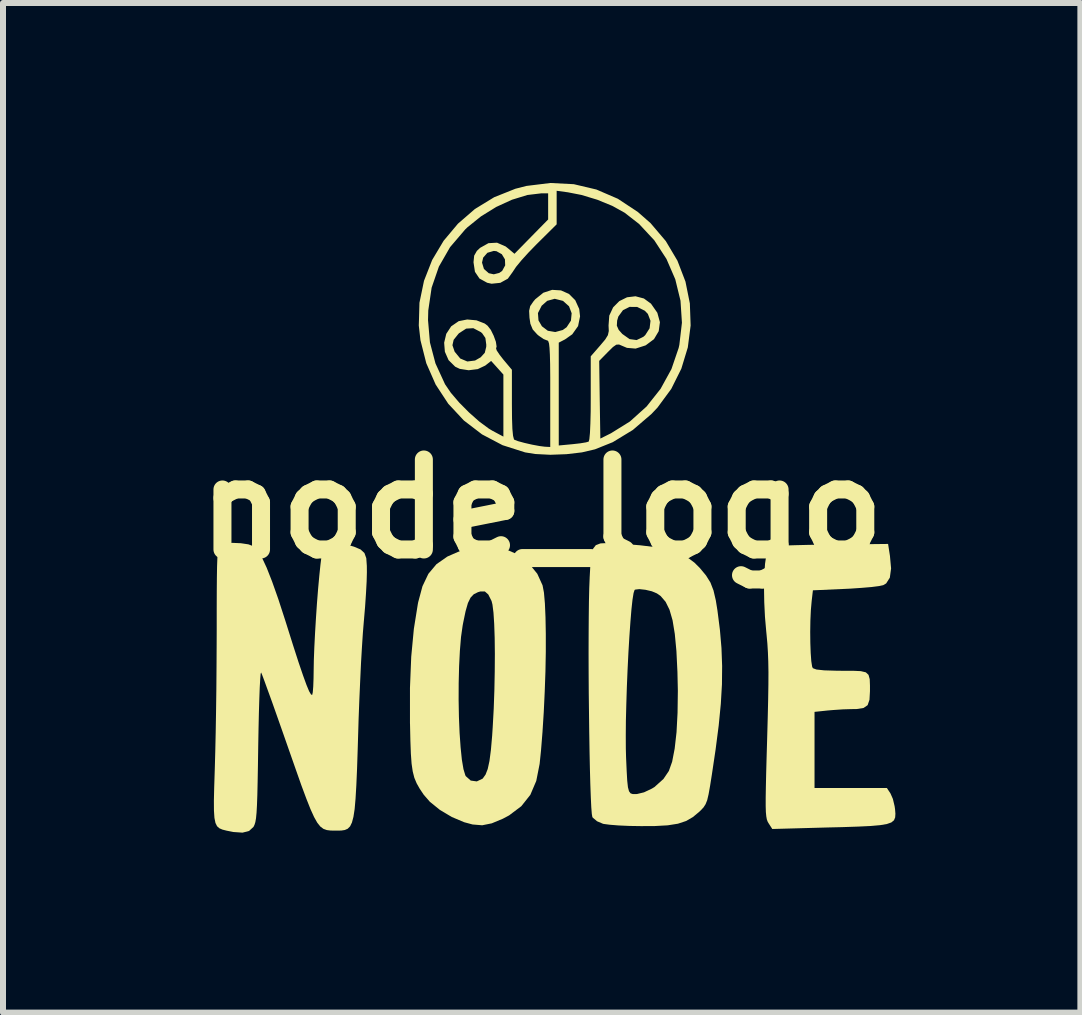
<source format=kicad_pcb>
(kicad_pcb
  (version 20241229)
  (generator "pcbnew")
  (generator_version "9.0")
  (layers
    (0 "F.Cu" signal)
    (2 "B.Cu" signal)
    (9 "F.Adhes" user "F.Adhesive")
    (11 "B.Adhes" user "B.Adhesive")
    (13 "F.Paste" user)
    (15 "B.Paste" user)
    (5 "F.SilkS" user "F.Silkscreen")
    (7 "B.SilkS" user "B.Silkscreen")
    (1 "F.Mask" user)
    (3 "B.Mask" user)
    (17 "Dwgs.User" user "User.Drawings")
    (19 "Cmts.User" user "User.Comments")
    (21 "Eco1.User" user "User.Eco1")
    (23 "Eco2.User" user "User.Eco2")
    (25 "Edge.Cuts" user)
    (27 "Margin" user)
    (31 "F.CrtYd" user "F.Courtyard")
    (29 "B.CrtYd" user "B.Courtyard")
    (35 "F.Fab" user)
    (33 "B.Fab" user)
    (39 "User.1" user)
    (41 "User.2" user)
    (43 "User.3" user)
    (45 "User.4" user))
  (footprint "node_logo"
    (layer "F.Cu")
    (at 5.979 5.43)
    (property "Reference" "node_logo" (at 0 0 0) (layer "F.SilkS") (effects (font (size 1.5 1.5) (thickness 0.3))))
    (attr board_only exclude_from_pos_files exclude_from_bom)
    (fp_poly (pts (xy 5.804 0.785) (xy 5.823 0.995) (xy 5.802 1.148) (xy 5.741 1.244) (xy 5.692 1.273) (xy 5.623 1.288) (xy 5.498 1.304) (xy 5.333 1.318) (xy 5.143 1.331) (xy 5.058 1.335) (xy 4.52 1.359) (xy 4.499 1.541) (xy 4.486 1.688) (xy 4.478 1.862) (xy 4.475 2.05) (xy 4.477 2.235) (xy 4.483 2.403) (xy 4.493 2.54) (xy 4.507 2.63) (xy 4.519 2.657) (xy 4.579 2.679) (xy 4.709 2.693) (xy 4.909 2.699) (xy 4.994 2.7) (xy 5.186 2.7) (xy 5.318 2.706) (xy 5.402 2.726) (xy 5.447 2.768) (xy 5.467 2.84) (xy 5.471 2.949) (xy 5.471 3.039) (xy 5.463 3.183) (xy 5.432 3.273) (xy 5.364 3.32) (xy 5.246 3.338) (xy 5.159 3.339) (xy 5.021 3.343) (xy 4.859 3.354) (xy 4.765 3.362) (xy 4.547 3.385) (xy 4.547 4.019) (xy 4.547 4.654) (xy 5.15 4.654) (xy 5.753 4.654) (xy 5.813 4.745) (xy 5.853 4.836) (xy 5.882 4.958) (xy 5.889 5.007) (xy 5.895 5.083) (xy 5.891 5.144) (xy 5.871 5.192) (xy 5.827 5.228) (xy 5.753 5.254) (xy 5.641 5.273) (xy 5.484 5.287) (xy 5.274 5.297) (xy 5.006 5.306) (xy 4.79 5.311) (xy 3.843 5.337) (xy 3.781 5.241) (xy 3.765 5.213) (xy 3.752 5.177) (xy 3.743 5.127) (xy 3.736 5.055) (xy 3.733 4.954) (xy 3.733 4.817) (xy 3.736 4.637) (xy 3.741 4.406) (xy 3.749 4.116) (xy 3.757 3.843) (xy 3.767 3.482) (xy 3.774 3.181) (xy 3.778 2.932) (xy 3.779 2.724) (xy 3.776 2.547) (xy 3.77 2.391) (xy 3.761 2.246) (xy 3.748 2.103) (xy 3.742 2.042) (xy 3.721 1.802) (xy 3.709 1.557) (xy 3.705 1.319) (xy 3.71 1.101) (xy 3.722 0.918) (xy 3.742 0.781) (xy 3.764 0.713) (xy 3.828 0.647) (xy 3.882 0.623) (xy 3.938 0.618) (xy 4.055 0.612) (xy 4.222 0.607) (xy 4.428 0.602) (xy 4.663 0.598) (xy 4.867 0.596) (xy 5.773 0.586)) (stroke (width 0) (type solid)) (fill yes) (layer "F.SilkS"))
    (fp_poly (pts (xy -0.806 0.621) (xy -0.625 0.664) (xy -0.41 0.757) (xy -0.221 0.902) (xy -0.074 1.083) (xy 0.014 1.276) (xy 0.037 1.396) (xy 0.053 1.577) (xy 0.063 1.809) (xy 0.068 2.082) (xy 0.068 2.387) (xy 0.062 2.712) (xy 0.05 3.049) (xy 0.034 3.388) (xy 0.013 3.719) (xy -0.012 4.031) (xy -0.035 4.253) (xy -0.091 4.536) (xy -0.19 4.768) (xy -0.34 4.957) (xy -0.543 5.11) (xy -0.648 5.166) (xy -0.833 5.243) (xy -0.992 5.275) (xy -1.152 5.262) (xy -1.293 5.224) (xy -1.499 5.137) (xy -1.697 5.019) (xy -1.864 4.884) (xy -1.966 4.767) (xy -2.033 4.667) (xy -2.084 4.577) (xy -2.123 4.484) (xy -2.15 4.378) (xy -2.169 4.248) (xy -2.181 4.081) (xy -2.189 3.866) (xy -2.195 3.593) (xy -2.196 3.572) (xy -2.196 3.186) (xy -1.385 3.186) (xy -1.38 3.467) (xy -1.369 3.734) (xy -1.352 3.976) (xy -1.331 4.182) (xy -1.304 4.341) (xy -1.273 4.443) (xy -1.265 4.457) (xy -1.183 4.53) (xy -1.082 4.544) (xy -0.987 4.499) (xy -0.981 4.493) (xy -0.936 4.43) (xy -0.9 4.337) (xy -0.871 4.204) (xy -0.847 4.021) (xy -0.826 3.781) (xy -0.817 3.641) (xy -0.8 3.332) (xy -0.789 3.02) (xy -0.783 2.712) (xy -0.781 2.42) (xy -0.784 2.153) (xy -0.792 1.92) (xy -0.804 1.732) (xy -0.821 1.597) (xy -0.836 1.537) (xy -0.891 1.428) (xy -0.948 1.378) (xy -1.022 1.378) (xy -1.063 1.39) (xy -1.132 1.424) (xy -1.186 1.481) (xy -1.23 1.571) (xy -1.269 1.707) (xy -1.309 1.899) (xy -1.318 1.947) (xy -1.345 2.137) (xy -1.364 2.367) (xy -1.377 2.625) (xy -1.384 2.902) (xy -1.385 3.186) (xy -2.196 3.186) (xy -2.196 2.988) (xy -2.175 2.466) (xy -2.131 2.001) (xy -2.065 1.588) (xy -2.059 1.557) (xy -1.988 1.292) (xy -1.889 1.084) (xy -1.754 0.923) (xy -1.572 0.796) (xy -1.334 0.692) (xy -1.322 0.688) (xy -1.131 0.63) (xy -0.969 0.608)) (stroke (width 0) (type solid)) (fill yes) (layer "F.SilkS"))
    (fp_poly (pts (xy 1.253 0.579) (xy 1.313 0.583) (xy 1.637 0.608) (xy 1.9 0.64) (xy 2.112 0.682) (xy 2.284 0.737) (xy 2.425 0.808) (xy 2.546 0.898) (xy 2.638 0.99) (xy 2.739 1.112) (xy 2.812 1.229) (xy 2.863 1.361) (xy 2.902 1.528) (xy 2.929 1.696) (xy 2.97 2.018) (xy 2.996 2.321) (xy 3.007 2.62) (xy 3.004 2.926) (xy 2.985 3.252) (xy 2.95 3.61) (xy 2.898 4.013) (xy 2.837 4.423) (xy 2.806 4.619) (xy 2.781 4.759) (xy 2.758 4.857) (xy 2.731 4.924) (xy 2.697 4.977) (xy 2.65 5.027) (xy 2.627 5.049) (xy 2.52 5.138) (xy 2.406 5.204) (xy 2.27 5.249) (xy 2.1 5.276) (xy 1.883 5.288) (xy 1.654 5.289) (xy 1.461 5.286) (xy 1.281 5.278) (xy 1.133 5.266) (xy 1.034 5.253) (xy 1.021 5.25) (xy 0.922 5.208) (xy 0.852 5.149) (xy 0.844 5.138) (xy 0.835 5.087) (xy 0.826 4.973) (xy 0.818 4.803) (xy 0.81 4.586) (xy 0.803 4.33) (xy 0.797 4.041) (xy 0.793 3.78) (xy 1.401 3.78) (xy 1.402 4.001) (xy 1.406 4.148) (xy 1.416 4.37) (xy 1.425 4.531) (xy 1.437 4.641) (xy 1.455 4.708) (xy 1.481 4.743) (xy 1.518 4.755) (xy 1.57 4.755) (xy 1.589 4.754) (xy 1.705 4.726) (xy 1.836 4.664) (xy 1.88 4.637) (xy 2.029 4.503) (xy 2.119 4.37) (xy 2.174 4.215) (xy 2.216 3.997) (xy 2.247 3.723) (xy 2.264 3.4) (xy 2.269 3.033) (xy 2.262 2.718) (xy 2.245 2.37) (xy 2.218 2.086) (xy 2.181 1.859) (xy 2.13 1.683) (xy 2.065 1.551) (xy 1.983 1.455) (xy 1.919 1.41) (xy 1.835 1.375) (xy 1.728 1.35) (xy 1.627 1.339) (xy 1.558 1.347) (xy 1.548 1.353) (xy 1.531 1.404) (xy 1.513 1.516) (xy 1.495 1.681) (xy 1.478 1.889) (xy 1.461 2.131) (xy 1.445 2.398) (xy 1.431 2.68) (xy 1.419 2.969) (xy 1.41 3.255) (xy 1.403 3.528) (xy 1.401 3.78) (xy 0.793 3.78) (xy 0.792 3.729) (xy 0.788 3.402) (xy 0.784 3.066) (xy 0.782 2.73) (xy 0.781 2.402) (xy 0.782 2.09) (xy 0.784 1.801) (xy 0.787 1.544) (xy 0.792 1.326) (xy 0.799 1.155) (xy 0.799 1.149) (xy 0.811 0.931) (xy 0.827 0.774) (xy 0.854 0.669) (xy 0.902 0.606) (xy 0.979 0.577) (xy 1.093 0.571)) (stroke (width 0) (type solid)) (fill yes) (layer "F.SilkS"))
    (fp_poly (pts (xy -3.345 0.569) (xy -3.294 0.583) (xy -3.128 0.632) (xy -3.019 0.678) (xy -2.955 0.737) (xy -2.924 0.823) (xy -2.915 0.951) (xy -2.914 1.058) (xy -2.918 1.21) (xy -2.929 1.41) (xy -2.944 1.633) (xy -2.963 1.856) (xy -2.967 1.901) (xy -2.981 2.073) (xy -2.996 2.302) (xy -3.012 2.573) (xy -3.026 2.874) (xy -3.04 3.189) (xy -3.052 3.504) (xy -3.055 3.606) (xy -3.067 4.004) (xy -3.078 4.337) (xy -3.09 4.611) (xy -3.103 4.831) (xy -3.118 5.004) (xy -3.138 5.134) (xy -3.163 5.229) (xy -3.194 5.293) (xy -3.234 5.333) (xy -3.282 5.354) (xy -3.341 5.363) (xy -3.412 5.364) (xy -3.444 5.364) (xy -3.519 5.363) (xy -3.582 5.355) (xy -3.638 5.335) (xy -3.69 5.296) (xy -3.741 5.232) (xy -3.794 5.138) (xy -3.854 5.006) (xy -3.923 4.832) (xy -4.006 4.609) (xy -4.104 4.331) (xy -4.223 3.992) (xy -4.224 3.989) (xy -4.322 3.709) (xy -4.414 3.448) (xy -4.496 3.216) (xy -4.567 3.021) (xy -4.622 2.869) (xy -4.66 2.768) (xy -4.677 2.728) (xy -4.685 2.751) (xy -4.692 2.838) (xy -4.7 2.981) (xy -4.707 3.172) (xy -4.714 3.403) (xy -4.72 3.668) (xy -4.725 3.945) (xy -4.73 4.282) (xy -4.735 4.555) (xy -4.74 4.772) (xy -4.746 4.94) (xy -4.753 5.066) (xy -4.762 5.158) (xy -4.773 5.222) (xy -4.787 5.267) (xy -4.803 5.3) (xy -4.806 5.304) (xy -4.878 5.37) (xy -4.987 5.398) (xy -5.143 5.387) (xy -5.256 5.364) (xy -5.322 5.347) (xy -5.373 5.325) (xy -5.411 5.291) (xy -5.438 5.236) (xy -5.455 5.152) (xy -5.463 5.031) (xy -5.464 4.865) (xy -5.459 4.646) (xy -5.45 4.366) (xy -5.448 4.298) (xy -5.441 4.042) (xy -5.434 3.731) (xy -5.428 3.38) (xy -5.423 3.007) (xy -5.42 2.627) (xy -5.418 2.256) (xy -5.417 2.015) (xy -5.417 1.66) (xy -5.416 1.37) (xy -5.414 1.138) (xy -5.411 0.957) (xy -5.406 0.822) (xy -5.399 0.726) (xy -5.39 0.662) (xy -5.38 0.624) (xy -5.366 0.605) (xy -5.364 0.603) (xy -5.28 0.577) (xy -5.155 0.568) (xy -5.015 0.574) (xy -4.888 0.593) (xy -4.801 0.626) (xy -4.799 0.627) (xy -4.735 0.694) (xy -4.664 0.811) (xy -4.584 0.983) (xy -4.494 1.212) (xy -4.391 1.503) (xy -4.275 1.86) (xy -4.251 1.936) (xy -4.143 2.279) (xy -4.053 2.558) (xy -3.979 2.775) (xy -3.921 2.935) (xy -3.877 3.041) (xy -3.845 3.095) (xy -3.826 3.103) (xy -3.816 3.06) (xy -3.808 2.961) (xy -3.803 2.822) (xy -3.801 2.688) (xy -3.798 2.518) (xy -3.79 2.309) (xy -3.778 2.074) (xy -3.763 1.825) (xy -3.746 1.574) (xy -3.727 1.334) (xy -3.707 1.116) (xy -3.688 0.933) (xy -3.671 0.797) (xy -3.655 0.722) (xy -3.613 0.617) (xy -3.557 0.56) (xy -3.473 0.546)) (stroke (width 0) (type solid)) (fill yes) (layer "F.SilkS"))
    (fp_poly (pts (xy 0.535 -5.41) (xy 0.912 -5.321) (xy 1.269 -5.167) (xy 1.602 -4.947) (xy 1.814 -4.761) (xy 2.068 -4.462) (xy 2.262 -4.135) (xy 2.396 -3.786) (xy 2.469 -3.423) (xy 2.482 -3.055) (xy 2.435 -2.69) (xy 2.327 -2.335) (xy 2.159 -1.998) (xy 1.93 -1.687) (xy 1.83 -1.581) (xy 1.519 -1.314) (xy 1.184 -1.11) (xy 0.888 -0.991) (xy 0.67 -0.94) (xy 0.412 -0.91) (xy 0.143 -0.9) (xy -0.109 -0.913) (xy -0.277 -0.94) (xy -0.653 -1.06) (xy -0.995 -1.24) (xy -1.298 -1.472) (xy -1.558 -1.751) (xy -1.768 -2.071) (xy -1.924 -2.426) (xy -2.021 -2.809) (xy -2.049 -3.055) (xy -2.046 -3.144) (xy -1.895 -3.144) (xy -1.863 -2.772) (xy -1.771 -2.423) (xy -1.613 -2.079) (xy -1.613 -2.078) (xy -1.515 -1.934) (xy -1.375 -1.77) (xy -1.211 -1.605) (xy -1.042 -1.455) (xy -0.884 -1.338) (xy -0.826 -1.303) (xy -0.639 -1.203) (xy -0.639 -1.72) (xy -0.639 -2.237) (xy -0.741 -2.351) (xy -0.843 -2.464) (xy -0.941 -2.387) (xy -1.066 -2.328) (xy -1.218 -2.309) (xy -1.366 -2.332) (xy -1.442 -2.368) (xy -1.553 -2.478) (xy -1.614 -2.617) (xy -1.623 -2.726) (xy -1.488 -2.726) (xy -1.453 -2.623) (xy -1.451 -2.618) (xy -1.358 -2.505) (xy -1.24 -2.455) (xy -1.111 -2.471) (xy -1.017 -2.525) (xy -0.949 -2.6) (xy -0.925 -2.699) (xy -0.924 -2.735) (xy -0.939 -2.847) (xy -0.993 -2.926) (xy -1.017 -2.946) (xy -1.14 -3.01) (xy -1.259 -3.003) (xy -1.378 -2.926) (xy -1.388 -2.916) (xy -1.468 -2.816) (xy -1.488 -2.726) (xy -1.623 -2.726) (xy -1.626 -2.769) (xy -1.591 -2.916) (xy -1.509 -3.041) (xy -1.384 -3.127) (xy -1.242 -3.155) (xy -1.087 -3.141) (xy -0.951 -3.088) (xy -0.902 -3.051) (xy -0.848 -2.981) (xy -0.8 -2.883) (xy -0.764 -2.783) (xy -0.752 -2.704) (xy -0.761 -2.673) (xy -0.75 -2.639) (xy -0.702 -2.567) (xy -0.639 -2.486) (xy -0.497 -2.317) (xy -0.497 -1.747) (xy -0.495 -1.506) (xy -0.489 -1.331) (xy -0.478 -1.217) (xy -0.463 -1.159) (xy -0.455 -1.15) (xy -0.394 -1.127) (xy -0.288 -1.098) (xy -0.161 -1.069) (xy -0.038 -1.046) (xy 0.056 -1.034) (xy 0.062 -1.034) (xy 0.142 -1.03) (xy 0.142 -1.918) (xy 0.142 -2.196) (xy 0.14 -2.411) (xy 0.136 -2.57) (xy 0.13 -2.681) (xy 0.122 -2.752) (xy 0.11 -2.791) (xy 0.095 -2.806) (xy 0.089 -2.806) (xy 0.031 -2.829) (xy -0.049 -2.884) (xy -0.075 -2.906) (xy -0.15 -2.989) (xy -0.189 -3.084) (xy -0.204 -3.185) (xy -0.208 -3.262) (xy -0.063 -3.262) (xy -0.054 -3.14) (xy 0.003 -3.042) (xy 0.102 -2.967) (xy 0.226 -2.946) (xy 0.351 -2.98) (xy 0.415 -3.026) (xy 0.487 -3.136) (xy 0.499 -3.259) (xy 0.455 -3.375) (xy 0.357 -3.463) (xy 0.351 -3.466) (xy 0.217 -3.5) (xy 0.092 -3.466) (xy -0.001 -3.384) (xy -0.063 -3.262) (xy -0.208 -3.262) (xy -0.21 -3.299) (xy -0.192 -3.378) (xy -0.139 -3.455) (xy -0.108 -3.492) (xy 0.027 -3.601) (xy 0.174 -3.649) (xy 0.321 -3.64) (xy 0.454 -3.581) (xy 0.559 -3.476) (xy 0.625 -3.33) (xy 0.639 -3.207) (xy 0.606 -3.045) (xy 0.509 -2.908) (xy 0.388 -2.823) (xy 0.284 -2.769) (xy 0.284 -1.912) (xy 0.284 -1.055) (xy 0.517 -1.077) (xy 0.641 -1.091) (xy 0.738 -1.107) (xy 0.783 -1.12) (xy 0.794 -1.161) (xy 0.804 -1.265) (xy 0.811 -1.422) (xy 0.816 -1.622) (xy 0.817 -1.841) (xy 0.817 -2.541) (xy 0.973 -2.72) (xy 1.058 -2.821) (xy 1.103 -2.894) (xy 1.118 -2.963) (xy 1.114 -3.052) (xy 1.252 -3.052) (xy 1.283 -2.982) (xy 1.343 -2.914) (xy 1.464 -2.828) (xy 1.582 -2.812) (xy 1.695 -2.867) (xy 1.725 -2.894) (xy 1.798 -3.008) (xy 1.813 -3.133) (xy 1.769 -3.248) (xy 1.718 -3.301) (xy 1.591 -3.364) (xy 1.464 -3.365) (xy 1.354 -3.31) (xy 1.277 -3.204) (xy 1.257 -3.136) (xy 1.252 -3.052) (xy 1.114 -3.052) (xy 1.114 -3.052) (xy 1.114 -3.057) (xy 1.126 -3.22) (xy 1.19 -3.357) (xy 1.293 -3.461) (xy 1.422 -3.525) (xy 1.563 -3.542) (xy 1.703 -3.505) (xy 1.821 -3.419) (xy 1.927 -3.267) (xy 1.97 -3.11) (xy 1.95 -2.96) (xy 1.871 -2.827) (xy 1.734 -2.725) (xy 1.724 -2.721) (xy 1.565 -2.67) (xy 1.421 -2.682) (xy 1.345 -2.714) (xy 1.289 -2.738) (xy 1.243 -2.735) (xy 1.187 -2.696) (xy 1.104 -2.614) (xy 0.958 -2.465) (xy 0.967 -1.817) (xy 0.977 -1.17) (xy 1.155 -1.259) (xy 1.47 -1.455) (xy 1.748 -1.705) (xy 1.981 -1.999) (xy 2.162 -2.328) (xy 2.282 -2.68) (xy 2.294 -2.733) (xy 2.337 -3.101) (xy 2.313 -3.468) (xy 2.226 -3.825) (xy 2.079 -4.164) (xy 1.877 -4.474) (xy 1.623 -4.747) (xy 1.381 -4.935) (xy 1.175 -5.049) (xy 0.926 -5.151) (xy 0.661 -5.231) (xy 0.435 -5.275) (xy 0.249 -5.3) (xy 0.249 -5.02) (xy 0.249 -4.741) (xy -0.091 -4.404) (xy -0.222 -4.269) (xy -0.338 -4.141) (xy -0.427 -4.033) (xy -0.477 -3.958) (xy -0.481 -3.951) (xy -0.565 -3.835) (xy -0.69 -3.766) (xy -0.835 -3.751) (xy -0.909 -3.767) (xy -1.038 -3.838) (xy -1.113 -3.95) (xy -1.136 -4.103) (xy -0.995 -4.103) (xy -0.963 -3.997) (xy -0.882 -3.926) (xy -0.799 -3.908) (xy -0.708 -3.931) (xy -0.66 -3.964) (xy -0.609 -4.057) (xy -0.613 -4.157) (xy -0.665 -4.243) (xy -0.754 -4.293) (xy -0.799 -4.298) (xy -0.905 -4.267) (xy -0.976 -4.186) (xy -0.995 -4.103) (xy -1.136 -4.103) (xy -1.137 -4.108) (xy -1.126 -4.219) (xy -1.081 -4.298) (xy -1.027 -4.349) (xy -0.888 -4.427) (xy -0.745 -4.435) (xy -0.603 -4.373) (xy -0.567 -4.345) (xy -0.454 -4.25) (xy -0.174 -4.536) (xy 0.107 -4.822) (xy 0.107 -5.04) (xy 0.107 -5.258) (xy -0.004 -5.258) (xy -0.238 -5.23) (xy -0.496 -5.151) (xy -0.76 -5.03) (xy -1.013 -4.873) (xy -1.24 -4.69) (xy -1.276 -4.655) (xy -1.528 -4.36) (xy -1.714 -4.036) (xy -1.835 -3.685) (xy -1.891 -3.305) (xy -1.895 -3.144) (xy -2.046 -3.144) (xy -2.038 -3.434) (xy -1.962 -3.8) (xy -1.826 -4.147) (xy -1.635 -4.467) (xy -1.396 -4.752) (xy -1.113 -4.997) (xy -0.792 -5.193) (xy -0.439 -5.334) (xy -0.255 -5.381) (xy 0.144 -5.43)) (stroke (width 0) (type solid)) (fill yes) (layer "F.SilkS")))
  (gr_rect
    (start -3 -3)
    (end 14.957 13.827)
    (stroke (width 0.1) (type default))
    (fill no)
    (layer "Edge.Cuts")))
</source>
